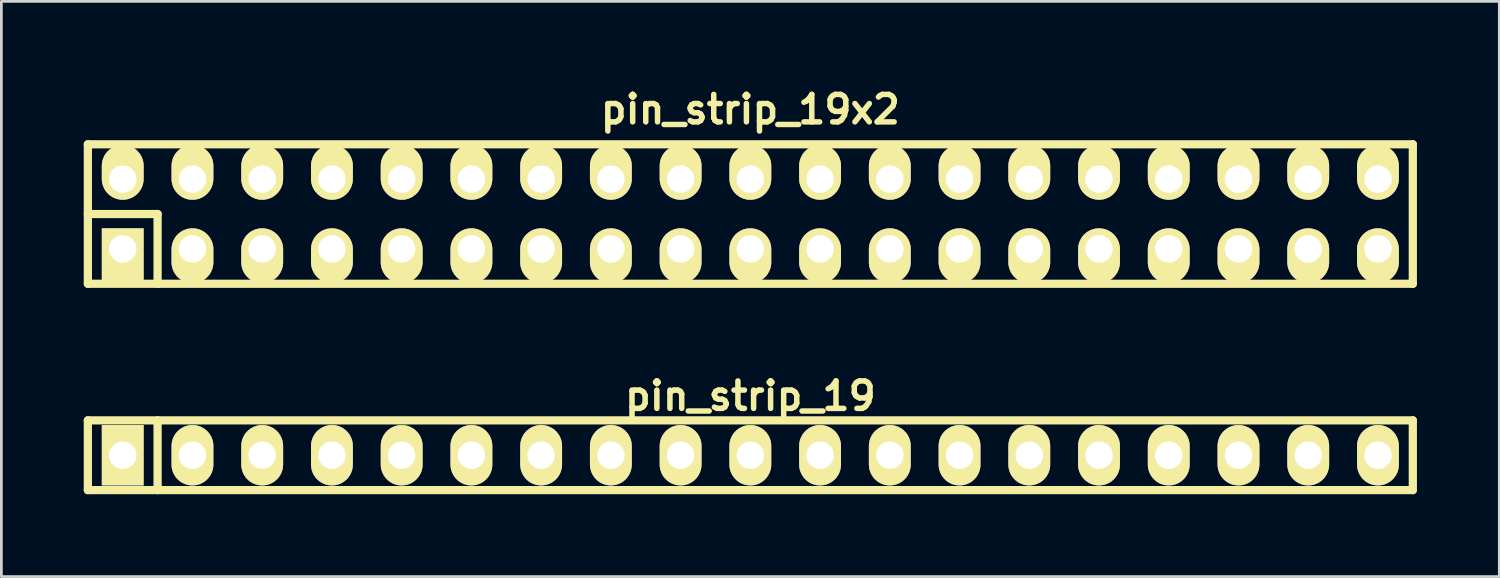
<source format=kicad_pcb>
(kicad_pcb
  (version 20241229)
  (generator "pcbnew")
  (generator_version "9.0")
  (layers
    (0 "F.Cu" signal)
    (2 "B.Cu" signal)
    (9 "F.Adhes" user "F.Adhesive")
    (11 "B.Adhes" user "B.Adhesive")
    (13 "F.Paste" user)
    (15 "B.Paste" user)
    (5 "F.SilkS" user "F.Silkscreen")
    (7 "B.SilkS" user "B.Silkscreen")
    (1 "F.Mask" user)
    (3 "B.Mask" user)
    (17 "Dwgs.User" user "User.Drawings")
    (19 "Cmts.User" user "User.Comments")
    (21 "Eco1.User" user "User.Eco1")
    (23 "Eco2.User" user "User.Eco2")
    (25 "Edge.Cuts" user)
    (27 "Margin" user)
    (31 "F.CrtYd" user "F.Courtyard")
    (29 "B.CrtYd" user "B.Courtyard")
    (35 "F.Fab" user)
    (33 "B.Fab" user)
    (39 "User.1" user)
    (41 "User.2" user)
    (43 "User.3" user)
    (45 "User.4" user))
  (footprint "pin_strip_19x2"
    (layer "F.Cu")
    (at 24.28 4.746)
    (property "Reference" "pin_strip_19x2" (at 0 -3.81 0) (layer "F.SilkS") (effects (font (size 1 1) (thickness 0.2))))
    (attr through_hole)
    (fp_line (start -24.13 -2.54) (end -24.13 2.54) (stroke (width 0.3) (type solid)) (layer "F.SilkS"))
    (fp_line (start -24.13 -2.54) (end 24.13 -2.54) (stroke (width 0.3) (type solid)) (layer "F.SilkS"))
    (fp_line (start -24.13 0) (end -21.59 0) (stroke (width 0.3) (type solid)) (layer "F.SilkS"))
    (fp_line (start -21.59 0) (end -21.59 2.54) (stroke (width 0.3) (type solid)) (layer "F.SilkS"))
    (fp_line (start 24.13 2.54) (end -24.13 2.54) (stroke (width 0.3) (type solid)) (layer "F.SilkS"))
    (fp_line (start 24.13 2.54) (end 24.13 -2.54) (stroke (width 0.3) (type solid)) (layer "F.SilkS"))
    (pad "1" thru_hole rect (at -22.86 1.27) (size 1.524 1.999) (drill 1.001 (offset 0 0.249)) (layers "*.Cu" "*.Mask" "F.SilkS"))
    (pad "2" thru_hole oval (at -22.86 -1.27) (size 1.524 1.999) (drill 1.001 (offset 0 -0.249)) (layers "*.Cu" "*.Mask" "F.SilkS"))
    (pad "3" thru_hole oval (at -20.32 1.27) (size 1.524 1.999) (drill 1.001 (offset 0 0.249)) (layers "*.Cu" "*.Mask" "F.SilkS"))
    (pad "4" thru_hole oval (at -20.32 -1.27) (size 1.524 1.999) (drill 1.001 (offset 0 -0.249)) (layers "*.Cu" "*.Mask" "F.SilkS"))
    (pad "5" thru_hole oval (at -17.78 1.27) (size 1.524 1.999) (drill 1.001 (offset 0 0.249)) (layers "*.Cu" "*.Mask" "F.SilkS"))
    (pad "6" thru_hole oval (at -17.78 -1.27) (size 1.524 1.999) (drill 1.001 (offset 0 -0.249)) (layers "*.Cu" "*.Mask" "F.SilkS"))
    (pad "7" thru_hole oval (at -15.24 1.27) (size 1.524 1.999) (drill 1.001 (offset 0 0.249)) (layers "*.Cu" "*.Mask" "F.SilkS"))
    (pad "8" thru_hole oval (at -15.24 -1.27) (size 1.524 1.999) (drill 1.001 (offset 0 -0.249)) (layers "*.Cu" "*.Mask" "F.SilkS"))
    (pad "9" thru_hole oval (at -12.7 1.27) (size 1.524 1.999) (drill 1.001 (offset 0 0.249)) (layers "*.Cu" "*.Mask" "F.SilkS"))
    (pad "10" thru_hole oval (at -12.7 -1.27) (size 1.524 1.999) (drill 1.001 (offset 0 -0.249)) (layers "*.Cu" "*.Mask" "F.SilkS"))
    (pad "11" thru_hole oval (at -10.16 1.27) (size 1.524 1.999) (drill 1.001 (offset 0 0.249)) (layers "*.Cu" "*.Mask" "F.SilkS"))
    (pad "12" thru_hole oval (at -10.16 -1.27) (size 1.524 1.999) (drill 1.001 (offset 0 -0.249)) (layers "*.Cu" "*.Mask" "F.SilkS"))
    (pad "13" thru_hole oval (at -7.62 1.27) (size 1.524 1.999) (drill 1.001 (offset 0 0.249)) (layers "*.Cu" "*.Mask" "F.SilkS"))
    (pad "14" thru_hole oval (at -7.62 -1.27) (size 1.524 1.999) (drill 1.001 (offset 0 -0.249)) (layers "*.Cu" "*.Mask" "F.SilkS"))
    (pad "15" thru_hole oval (at -5.08 1.27) (size 1.524 1.999) (drill 1.001 (offset 0 0.249)) (layers "*.Cu" "*.Mask" "F.SilkS"))
    (pad "16" thru_hole oval (at -5.08 -1.27) (size 1.524 1.999) (drill 1.001 (offset 0 -0.249)) (layers "*.Cu" "*.Mask" "F.SilkS"))
    (pad "17" thru_hole oval (at -2.54 1.27) (size 1.524 1.999) (drill 1.001 (offset 0 0.249)) (layers "*.Cu" "*.Mask" "F.SilkS"))
    (pad "18" thru_hole oval (at -2.54 -1.27) (size 1.524 1.999) (drill 1.001 (offset 0 -0.249)) (layers "*.Cu" "*.Mask" "F.SilkS"))
    (pad "19" thru_hole oval (at 0 1.27) (size 1.524 1.999) (drill 1.001 (offset 0 0.249)) (layers "*.Cu" "*.Mask" "F.SilkS"))
    (pad "20" thru_hole oval (at 0 -1.27) (size 1.524 1.999) (drill 1.001 (offset 0 -0.249)) (layers "*.Cu" "*.Mask" "F.SilkS"))
    (pad "21" thru_hole oval (at 2.54 1.27) (size 1.524 1.999) (drill 1.001 (offset 0 0.249)) (layers "*.Cu" "*.Mask" "F.SilkS"))
    (pad "22" thru_hole oval (at 2.54 -1.27) (size 1.524 1.999) (drill 1.001 (offset 0 -0.249)) (layers "*.Cu" "*.Mask" "F.SilkS"))
    (pad "23" thru_hole oval (at 5.08 1.27) (size 1.524 1.999) (drill 1.001 (offset 0 0.249)) (layers "*.Cu" "*.Mask" "F.SilkS"))
    (pad "24" thru_hole oval (at 5.08 -1.27) (size 1.524 1.999) (drill 1.001 (offset 0 -0.249)) (layers "*.Cu" "*.Mask" "F.SilkS"))
    (pad "25" thru_hole oval (at 7.62 1.27) (size 1.524 1.999) (drill 1.001 (offset 0 0.249)) (layers "*.Cu" "*.Mask" "F.SilkS"))
    (pad "26" thru_hole oval (at 7.62 -1.27) (size 1.524 1.999) (drill 1.001 (offset 0 -0.249)) (layers "*.Cu" "*.Mask" "F.SilkS"))
    (pad "27" thru_hole oval (at 10.16 1.27) (size 1.524 1.999) (drill 1.001 (offset 0 0.249)) (layers "*.Cu" "*.Mask" "F.SilkS"))
    (pad "28" thru_hole oval (at 10.16 -1.27) (size 1.524 1.999) (drill 1.001 (offset 0 -0.249)) (layers "*.Cu" "*.Mask" "F.SilkS"))
    (pad "29" thru_hole oval (at 12.7 1.27) (size 1.524 1.999) (drill 1.001 (offset 0 0.249)) (layers "*.Cu" "*.Mask" "F.SilkS"))
    (pad "30" thru_hole oval (at 12.7 -1.27) (size 1.524 1.999) (drill 1.001 (offset 0 -0.249)) (layers "*.Cu" "*.Mask" "F.SilkS"))
    (pad "31" thru_hole oval (at 15.24 1.27) (size 1.524 1.999) (drill 1.001 (offset 0 0.249)) (layers "*.Cu" "*.Mask" "F.SilkS"))
    (pad "32" thru_hole oval (at 15.24 -1.27) (size 1.524 1.999) (drill 1.001 (offset 0 -0.249)) (layers "*.Cu" "*.Mask" "F.SilkS"))
    (pad "33" thru_hole oval (at 17.78 1.27) (size 1.524 1.999) (drill 1.001 (offset 0 0.249)) (layers "*.Cu" "*.Mask" "F.SilkS"))
    (pad "34" thru_hole oval (at 17.78 -1.27) (size 1.524 1.999) (drill 1.001 (offset 0 -0.249)) (layers "*.Cu" "*.Mask" "F.SilkS"))
    (pad "35" thru_hole oval (at 20.32 1.27) (size 1.524 1.999) (drill 1.001 (offset 0 0.249)) (layers "*.Cu" "*.Mask" "F.SilkS"))
    (pad "36" thru_hole oval (at 20.32 -1.27) (size 1.524 1.999) (drill 1.001 (offset 0 -0.249)) (layers "*.Cu" "*.Mask" "F.SilkS"))
    (pad "37" thru_hole oval (at 22.86 1.27) (size 1.524 1.999) (drill 1.001 (offset 0 0.249)) (layers "*.Cu" "*.Mask" "F.SilkS"))
    (pad "38" thru_hole oval (at 22.86 -1.27) (size 1.524 1.999) (drill 1.001 (offset 0 -0.249)) (layers "*.Cu" "*.Mask" "F.SilkS")))
  (footprint "pin_strip_19"
    (layer "F.Cu")
    (at 24.28 13.531)
    (property "Reference" "pin_strip_19" (at 0 -2.159 0) (layer "F.SilkS") (effects (font (size 1 1) (thickness 0.2))))
    (attr through_hole)
    (fp_line (start -24.13 -1.27) (end 24.13 -1.27) (stroke (width 0.3) (type solid)) (layer "F.SilkS"))
    (fp_line (start -24.13 1.27) (end -24.13 -1.27) (stroke (width 0.3) (type solid)) (layer "F.SilkS"))
    (fp_line (start -21.59 -1.27) (end -21.59 1.27) (stroke (width 0.3) (type solid)) (layer "F.SilkS"))
    (fp_line (start 24.13 -1.27) (end 24.13 1.27) (stroke (width 0.3) (type solid)) (layer "F.SilkS"))
    (fp_line (start 24.13 1.27) (end -24.13 1.27) (stroke (width 0.3) (type solid)) (layer "F.SilkS"))
    (pad "1" thru_hole rect (at -22.86 0) (size 1.524 2.2) (drill 1.001) (layers "*.Cu" "*.Mask" "F.SilkS"))
    (pad "2" thru_hole oval (at -20.32 0) (size 1.524 2.2) (drill 1.001) (layers "*.Cu" "*.Mask" "F.SilkS"))
    (pad "3" thru_hole oval (at -17.78 0) (size 1.524 2.2) (drill 1.001) (layers "*.Cu" "*.Mask" "F.SilkS"))
    (pad "4" thru_hole oval (at -15.24 0) (size 1.524 2.2) (drill 1.001) (layers "*.Cu" "*.Mask" "F.SilkS"))
    (pad "5" thru_hole oval (at -12.7 0) (size 1.524 2.2) (drill 1.001) (layers "*.Cu" "*.Mask" "F.SilkS"))
    (pad "6" thru_hole oval (at -10.16 0) (size 1.524 2.2) (drill 1.001) (layers "*.Cu" "*.Mask" "F.SilkS"))
    (pad "7" thru_hole oval (at -7.62 0) (size 1.524 2.2) (drill 1.001) (layers "*.Cu" "*.Mask" "F.SilkS"))
    (pad "8" thru_hole oval (at -5.08 0) (size 1.524 2.2) (drill 1.001) (layers "*.Cu" "*.Mask" "F.SilkS"))
    (pad "9" thru_hole oval (at -2.54 0) (size 1.524 2.2) (drill 1.001) (layers "*.Cu" "*.Mask" "F.SilkS"))
    (pad "10" thru_hole oval (at 0 0) (size 1.524 2.2) (drill 1.001) (layers "*.Cu" "*.Mask" "F.SilkS"))
    (pad "11" thru_hole oval (at 2.54 0) (size 1.524 2.2) (drill 1.001) (layers "*.Cu" "*.Mask" "F.SilkS"))
    (pad "12" thru_hole oval (at 5.08 0) (size 1.524 2.2) (drill 1.001) (layers "*.Cu" "*.Mask" "F.SilkS"))
    (pad "13" thru_hole oval (at 7.62 0) (size 1.524 2.2) (drill 1.001) (layers "*.Cu" "*.Mask" "F.SilkS"))
    (pad "14" thru_hole oval (at 10.16 0) (size 1.524 2.2) (drill 1.001) (layers "*.Cu" "*.Mask" "F.SilkS"))
    (pad "15" thru_hole oval (at 12.7 0) (size 1.524 2.2) (drill 1.001) (layers "*.Cu" "*.Mask" "F.SilkS"))
    (pad "16" thru_hole oval (at 15.24 0) (size 1.524 2.2) (drill 1.001) (layers "*.Cu" "*.Mask" "F.SilkS"))
    (pad "17" thru_hole oval (at 17.78 0) (size 1.524 2.2) (drill 1.001) (layers "*.Cu" "*.Mask" "F.SilkS"))
    (pad "18" thru_hole oval (at 20.32 0) (size 1.524 2.2) (drill 1.001) (layers "*.Cu" "*.Mask" "F.SilkS"))
    (pad "19" thru_hole oval (at 22.86 0) (size 1.524 2.2) (drill 1.001) (layers "*.Cu" "*.Mask" "F.SilkS")))
  (gr_rect
    (start -3 -3)
    (end 51.56 17.951)
    (stroke (width 0.1) (type default))
    (fill no)
    (layer "Edge.Cuts")))
</source>
